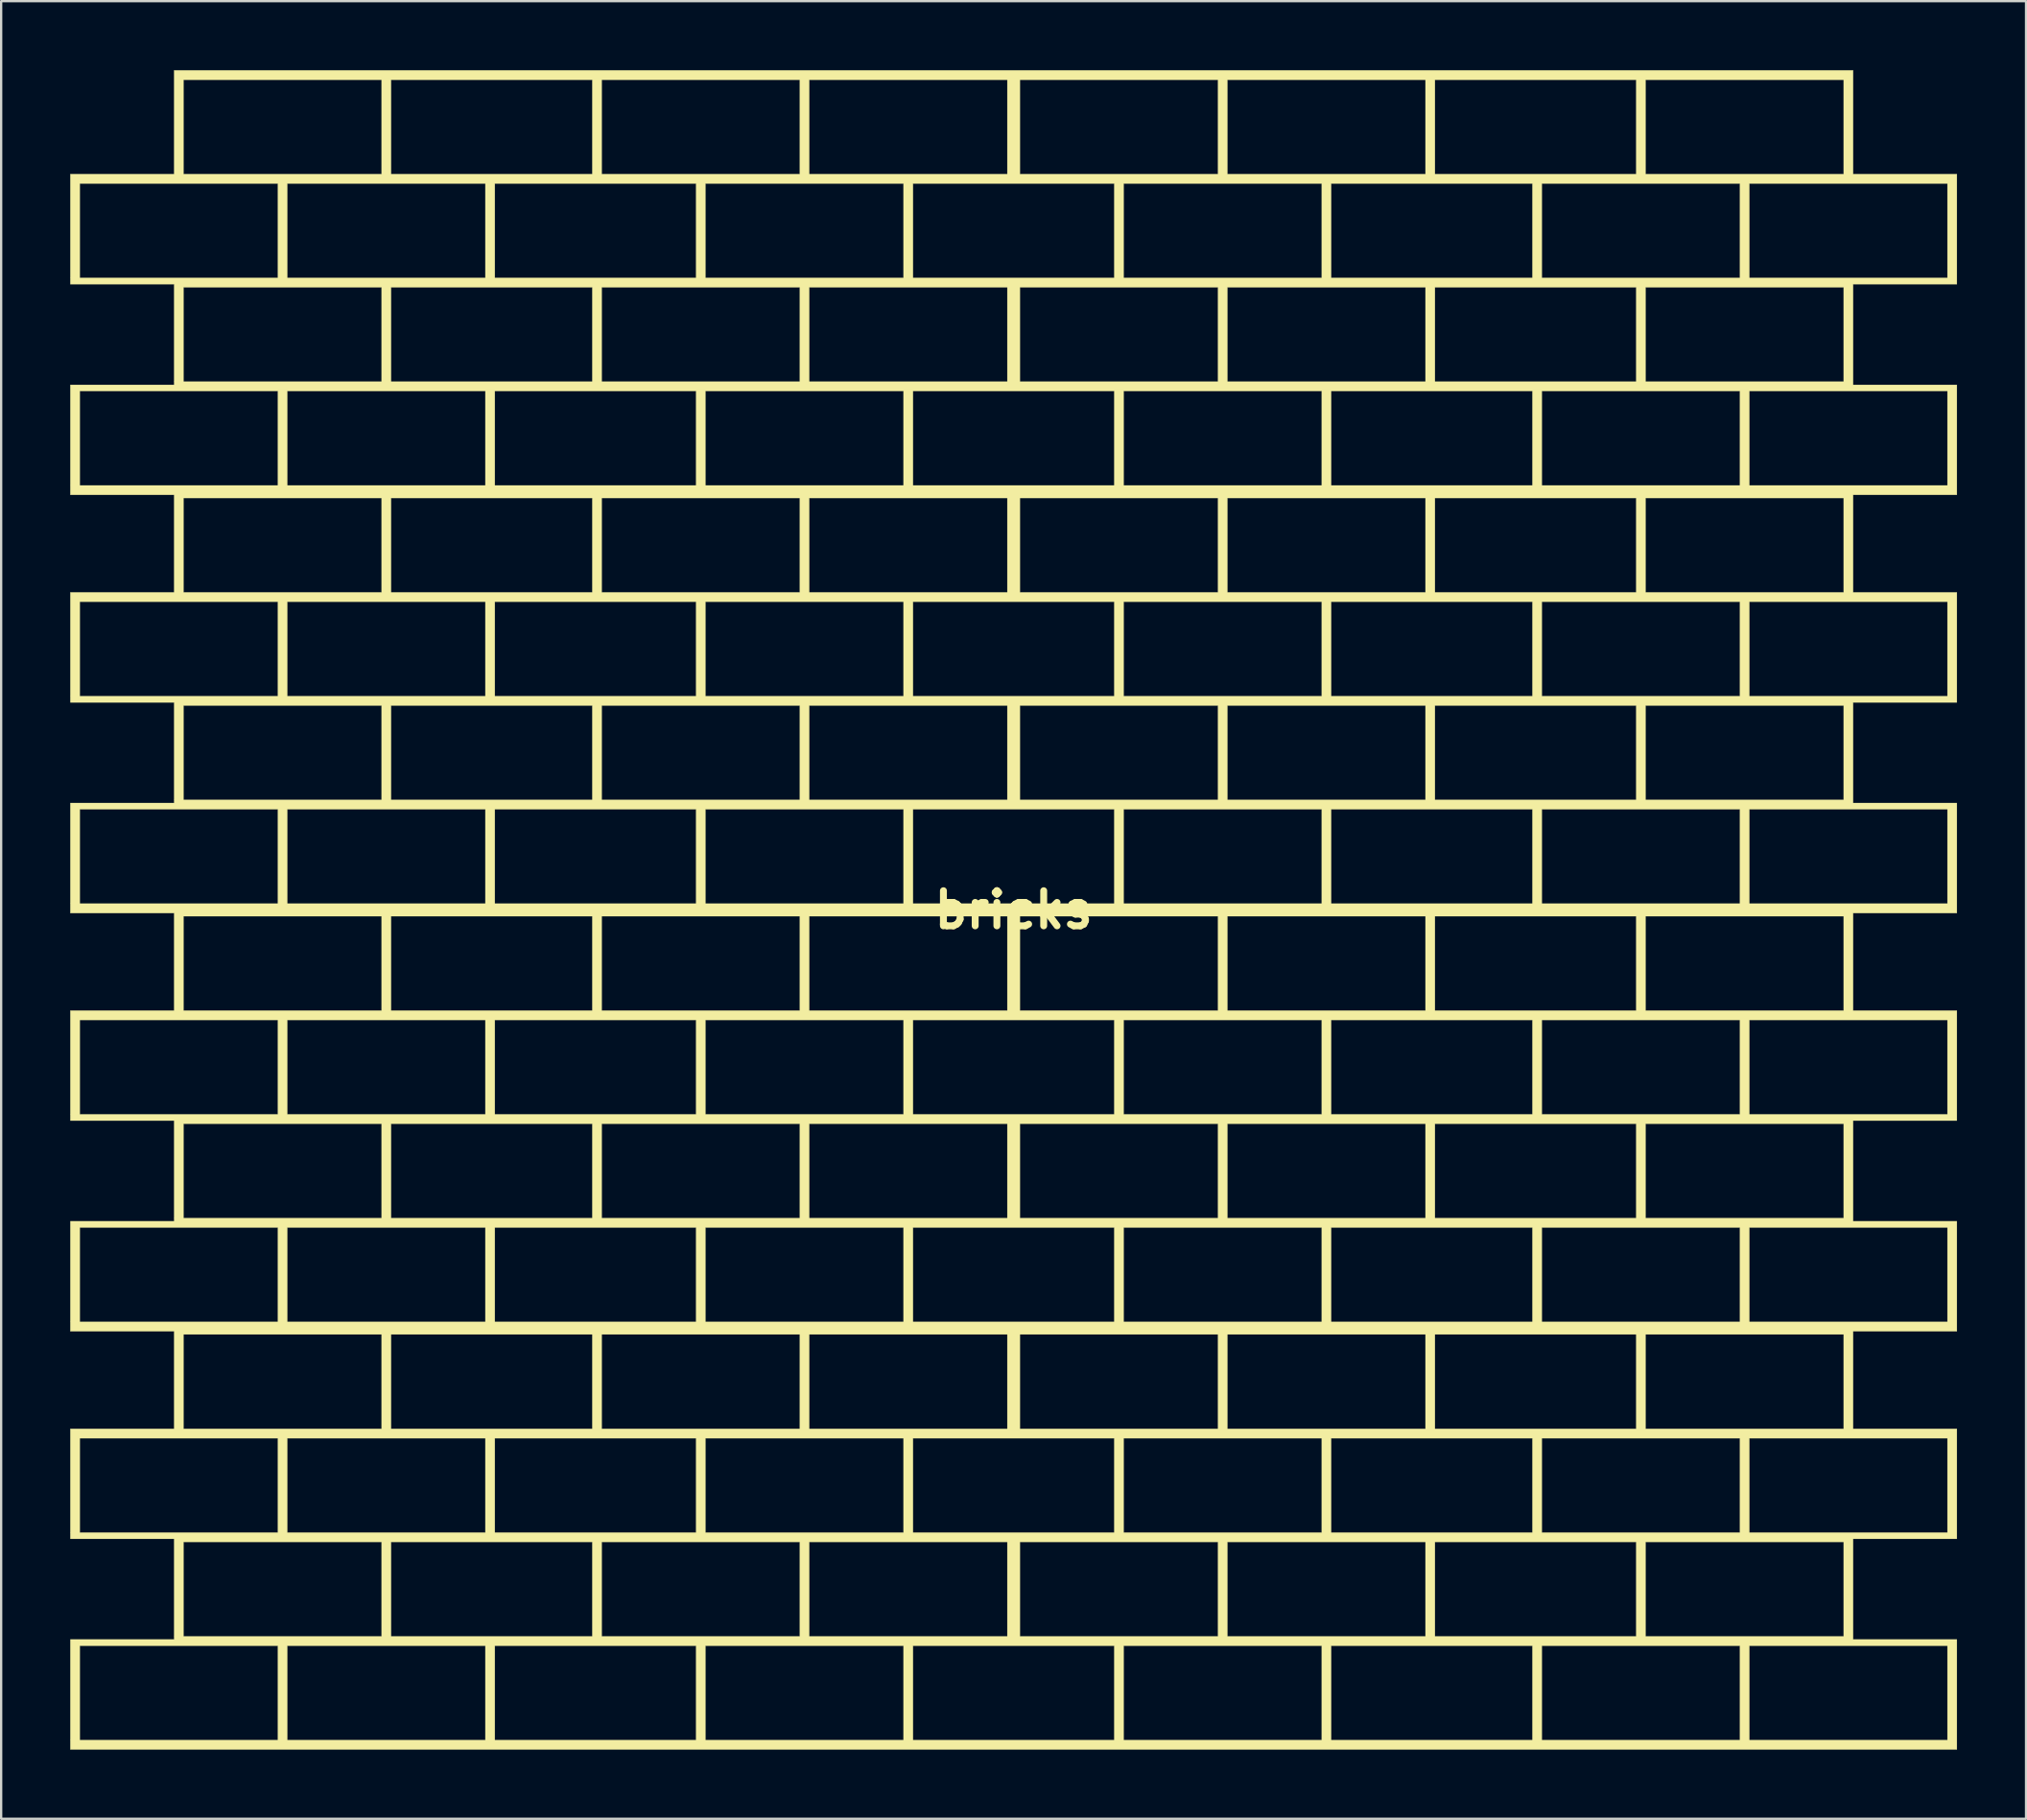
<source format=kicad_pcb>
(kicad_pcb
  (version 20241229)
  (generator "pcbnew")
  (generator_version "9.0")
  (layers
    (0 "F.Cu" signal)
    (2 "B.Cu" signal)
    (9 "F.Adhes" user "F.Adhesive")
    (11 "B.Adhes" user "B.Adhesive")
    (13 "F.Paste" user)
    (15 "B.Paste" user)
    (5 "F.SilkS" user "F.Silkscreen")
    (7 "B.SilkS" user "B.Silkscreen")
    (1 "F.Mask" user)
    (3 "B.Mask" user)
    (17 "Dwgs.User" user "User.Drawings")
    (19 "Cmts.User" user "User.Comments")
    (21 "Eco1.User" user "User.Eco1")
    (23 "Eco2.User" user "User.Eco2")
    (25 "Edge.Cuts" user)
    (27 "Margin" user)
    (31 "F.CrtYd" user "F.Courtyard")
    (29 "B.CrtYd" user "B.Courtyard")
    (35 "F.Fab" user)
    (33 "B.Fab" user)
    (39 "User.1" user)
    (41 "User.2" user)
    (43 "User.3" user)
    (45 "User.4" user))
  (footprint "bricks"
    (layer "F.Cu")
    (at 40.973 36.466)
    (property "Reference" "bricks" (at 0 0 0) (layer "F.SilkS") (effects (font (size 1.524 1.524) (thickness 0.3))))
    (attr through_hole)
    (fp_poly (pts (xy 36.461 -31.955) (xy 40.968 -31.955) (xy 40.968 -27.175) (xy 36.461 -27.175) (xy 36.461 -22.805) (xy 40.968 -22.805) (xy 40.968 -18.026) (xy 36.461 -18.026) (xy 36.461 -13.792) (xy 40.968 -13.792) (xy 40.968 -9.013) (xy 36.461 -9.013) (xy 36.461 -4.643) (xy 40.968 -4.643) (xy 40.968 0.137) (xy 36.461 0.137) (xy 36.461 4.37) (xy 40.968 4.37) (xy 40.968 9.149) (xy 36.461 9.149) (xy 36.461 13.519) (xy 40.968 13.519) (xy 40.968 18.299) (xy 36.461 18.299) (xy 36.461 22.532) (xy 40.968 22.532) (xy 40.968 27.312) (xy 36.461 27.312) (xy 36.461 31.682) (xy 40.968 31.682) (xy 40.968 36.461) (xy -40.968 36.461) (xy -40.968 31.955) (xy -40.558 31.955) (xy -40.558 36.052) (xy -31.955 36.052) (xy -31.955 31.955) (xy -31.545 31.955) (xy -31.545 36.052) (xy -22.942 36.052) (xy -22.942 31.955) (xy -22.532 31.955) (xy -22.532 36.052) (xy -13.792 36.052) (xy -13.792 31.955) (xy -13.383 31.955) (xy -13.383 36.052) (xy -4.78 36.052) (xy -4.78 31.955) (xy -4.37 31.955) (xy -4.37 36.052) (xy 4.37 36.052) (xy 4.37 31.955) (xy 4.78 31.955) (xy 4.78 36.052) (xy 13.383 36.052) (xy 13.383 31.955) (xy 13.792 31.955) (xy 13.792 36.052) (xy 22.532 36.052) (xy 22.532 31.955) (xy 22.942 31.955) (xy 22.942 36.052) (xy 31.545 36.052) (xy 31.545 31.955) (xy 31.955 31.955) (xy 31.955 36.052) (xy 40.558 36.052) (xy 40.558 31.955) (xy 31.955 31.955) (xy 31.545 31.955) (xy 22.942 31.955) (xy 22.532 31.955) (xy 13.792 31.955) (xy 13.383 31.955) (xy 4.78 31.955) (xy 4.37 31.955) (xy -4.37 31.955) (xy -4.78 31.955) (xy -13.383 31.955) (xy -13.792 31.955) (xy -22.532 31.955) (xy -22.942 31.955) (xy -31.545 31.955) (xy -31.955 31.955) (xy -40.558 31.955) (xy -40.968 31.955) (xy -40.968 31.682) (xy -36.461 31.682) (xy -36.461 27.448) (xy -36.052 27.448) (xy -36.052 31.545) (xy -27.448 31.545) (xy -27.448 27.448) (xy -27.039 27.448) (xy -27.039 31.545) (xy -18.299 31.545) (xy -18.299 27.448) (xy -17.889 27.448) (xy -17.889 31.545) (xy -9.286 31.545) (xy -9.286 27.448) (xy -8.876 27.448) (xy -8.876 31.545) (xy -0.273 31.545) (xy -0.273 27.448) (xy 0.273 27.448) (xy 0.273 31.545) (xy 8.876 31.545) (xy 8.876 27.448) (xy 9.286 27.448) (xy 9.286 31.545) (xy 17.889 31.545) (xy 17.889 27.448) (xy 18.299 27.448) (xy 18.299 31.545) (xy 27.039 31.545) (xy 27.039 27.448) (xy 27.448 27.448) (xy 27.448 31.545) (xy 36.052 31.545) (xy 36.052 27.448) (xy 27.448 27.448) (xy 27.039 27.448) (xy 18.299 27.448) (xy 17.889 27.448) (xy 9.286 27.448) (xy 8.876 27.448) (xy 0.273 27.448) (xy -0.273 27.448) (xy -8.876 27.448) (xy -9.286 27.448) (xy -17.889 27.448) (xy -18.299 27.448) (xy -27.039 27.448) (xy -27.448 27.448) (xy -36.052 27.448) (xy -36.461 27.448) (xy -36.461 27.312) (xy -40.968 27.312) (xy -40.968 22.942) (xy -40.558 22.942) (xy -40.558 27.039) (xy -31.955 27.039) (xy -31.955 22.942) (xy -31.545 22.942) (xy -31.545 27.039) (xy -22.942 27.039) (xy -22.942 22.942) (xy -22.532 22.942) (xy -22.532 27.039) (xy -13.792 27.039) (xy -13.792 22.942) (xy -13.383 22.942) (xy -13.383 27.039) (xy -4.78 27.039) (xy -4.78 22.942) (xy -4.37 22.942) (xy -4.37 27.039) (xy 4.37 27.039) (xy 4.37 22.942) (xy 4.78 22.942) (xy 4.78 27.039) (xy 13.383 27.039) (xy 13.383 22.942) (xy 13.792 22.942) (xy 13.792 27.039) (xy 22.532 27.039) (xy 22.532 22.942) (xy 22.942 22.942) (xy 22.942 27.039) (xy 31.545 27.039) (xy 31.545 22.942) (xy 31.955 22.942) (xy 31.955 27.039) (xy 40.558 27.039) (xy 40.558 22.942) (xy 31.955 22.942) (xy 31.545 22.942) (xy 22.942 22.942) (xy 22.532 22.942) (xy 13.792 22.942) (xy 13.383 22.942) (xy 4.78 22.942) (xy 4.37 22.942) (xy -4.37 22.942) (xy -4.78 22.942) (xy -13.383 22.942) (xy -13.792 22.942) (xy -22.532 22.942) (xy -22.942 22.942) (xy -31.545 22.942) (xy -31.955 22.942) (xy -40.558 22.942) (xy -40.968 22.942) (xy -40.968 22.532) (xy -36.461 22.532) (xy -36.461 18.435) (xy -36.052 18.435) (xy -36.052 22.532) (xy -27.448 22.532) (xy -27.448 18.435) (xy -27.039 18.435) (xy -27.039 22.532) (xy -18.299 22.532) (xy -18.299 18.435) (xy -17.889 18.435) (xy -17.889 22.532) (xy -9.286 22.532) (xy -9.286 18.435) (xy -8.876 18.435) (xy -8.876 22.532) (xy -0.273 22.532) (xy -0.273 18.435) (xy 0.273 18.435) (xy 0.273 22.532) (xy 8.876 22.532) (xy 8.876 18.435) (xy 9.286 18.435) (xy 9.286 22.532) (xy 17.889 22.532) (xy 17.889 18.435) (xy 18.299 18.435) (xy 18.299 22.532) (xy 27.039 22.532) (xy 27.039 18.435) (xy 27.448 18.435) (xy 27.448 22.532) (xy 36.052 22.532) (xy 36.052 18.435) (xy 27.448 18.435) (xy 27.039 18.435) (xy 18.299 18.435) (xy 17.889 18.435) (xy 9.286 18.435) (xy 8.876 18.435) (xy 0.273 18.435) (xy -0.273 18.435) (xy -8.876 18.435) (xy -9.286 18.435) (xy -17.889 18.435) (xy -18.299 18.435) (xy -27.039 18.435) (xy -27.448 18.435) (xy -36.052 18.435) (xy -36.461 18.435) (xy -36.461 18.299) (xy -40.968 18.299) (xy -40.968 13.792) (xy -40.558 13.792) (xy -40.558 17.889) (xy -31.955 17.889) (xy -31.955 13.792) (xy -31.545 13.792) (xy -31.545 17.889) (xy -22.942 17.889) (xy -22.942 13.792) (xy -22.532 13.792) (xy -22.532 17.889) (xy -13.792 17.889) (xy -13.792 13.792) (xy -13.383 13.792) (xy -13.383 17.889) (xy -4.78 17.889) (xy -4.78 13.792) (xy -4.37 13.792) (xy -4.37 17.889) (xy 4.37 17.889) (xy 4.37 13.792) (xy 4.78 13.792) (xy 4.78 17.889) (xy 13.383 17.889) (xy 13.383 13.792) (xy 13.792 13.792) (xy 13.792 17.889) (xy 22.532 17.889) (xy 22.532 13.792) (xy 22.942 13.792) (xy 22.942 17.889) (xy 31.545 17.889) (xy 31.545 13.792) (xy 31.955 13.792) (xy 31.955 17.889) (xy 40.558 17.889) (xy 40.558 13.792) (xy 31.955 13.792) (xy 31.545 13.792) (xy 22.942 13.792) (xy 22.532 13.792) (xy 13.792 13.792) (xy 13.383 13.792) (xy 4.78 13.792) (xy 4.37 13.792) (xy -4.37 13.792) (xy -4.78 13.792) (xy -13.383 13.792) (xy -13.792 13.792) (xy -22.532 13.792) (xy -22.942 13.792) (xy -31.545 13.792) (xy -31.955 13.792) (xy -40.558 13.792) (xy -40.968 13.792) (xy -40.968 13.519) (xy -36.461 13.519) (xy -36.461 9.286) (xy -36.052 9.286) (xy -36.052 13.383) (xy -27.448 13.383) (xy -27.448 9.286) (xy -27.039 9.286) (xy -27.039 13.383) (xy -18.299 13.383) (xy -18.299 9.286) (xy -17.889 9.286) (xy -17.889 13.383) (xy -9.286 13.383) (xy -9.286 9.286) (xy -8.876 9.286) (xy -8.876 13.383) (xy -0.273 13.383) (xy -0.273 9.286) (xy 0.273 9.286) (xy 0.273 13.383) (xy 8.876 13.383) (xy 8.876 9.286) (xy 9.286 9.286) (xy 9.286 13.383) (xy 17.889 13.383) (xy 17.889 9.286) (xy 18.299 9.286) (xy 18.299 13.383) (xy 27.039 13.383) (xy 27.039 9.286) (xy 27.448 9.286) (xy 27.448 13.383) (xy 36.052 13.383) (xy 36.052 9.286) (xy 27.448 9.286) (xy 27.039 9.286) (xy 18.299 9.286) (xy 17.889 9.286) (xy 9.286 9.286) (xy 8.876 9.286) (xy 0.273 9.286) (xy -0.273 9.286) (xy -8.876 9.286) (xy -9.286 9.286) (xy -17.889 9.286) (xy -18.299 9.286) (xy -27.039 9.286) (xy -27.448 9.286) (xy -36.052 9.286) (xy -36.461 9.286) (xy -36.461 9.149) (xy -40.968 9.149) (xy -40.968 4.78) (xy -40.558 4.78) (xy -40.558 8.876) (xy -31.955 8.876) (xy -31.955 4.78) (xy -31.545 4.78) (xy -31.545 8.876) (xy -22.942 8.876) (xy -22.942 4.78) (xy -22.532 4.78) (xy -22.532 8.876) (xy -13.792 8.876) (xy -13.792 4.78) (xy -13.383 4.78) (xy -13.383 8.876) (xy -4.78 8.876) (xy -4.78 4.78) (xy -4.37 4.78) (xy -4.37 8.876) (xy 4.37 8.876) (xy 4.37 4.78) (xy 4.78 4.78) (xy 4.78 8.876) (xy 13.383 8.876) (xy 13.383 4.78) (xy 13.792 4.78) (xy 13.792 8.876) (xy 22.532 8.876) (xy 22.532 4.78) (xy 22.942 4.78) (xy 22.942 8.876) (xy 31.545 8.876) (xy 31.545 4.78) (xy 31.955 4.78) (xy 31.955 8.876) (xy 40.558 8.876) (xy 40.558 4.78) (xy 31.955 4.78) (xy 31.545 4.78) (xy 22.942 4.78) (xy 22.532 4.78) (xy 13.792 4.78) (xy 13.383 4.78) (xy 4.78 4.78) (xy 4.37 4.78) (xy -4.37 4.78) (xy -4.78 4.78) (xy -13.383 4.78) (xy -13.792 4.78) (xy -22.532 4.78) (xy -22.942 4.78) (xy -31.545 4.78) (xy -31.955 4.78) (xy -40.558 4.78) (xy -40.968 4.78) (xy -40.968 4.37) (xy -36.461 4.37) (xy -36.461 0.273) (xy -36.052 0.273) (xy -36.052 4.37) (xy -27.448 4.37) (xy -27.448 0.273) (xy -27.039 0.273) (xy -27.039 4.37) (xy -18.299 4.37) (xy -18.299 0.273) (xy -17.889 0.273) (xy -17.889 4.37) (xy -9.286 4.37) (xy -9.286 0.273) (xy -8.876 0.273) (xy -8.876 4.37) (xy -0.273 4.37) (xy -0.273 0.273) (xy 0.273 0.273) (xy 0.273 4.37) (xy 8.876 4.37) (xy 8.876 0.273) (xy 9.286 0.273) (xy 9.286 4.37) (xy 17.889 4.37) (xy 17.889 0.273) (xy 18.299 0.273) (xy 18.299 4.37) (xy 27.039 4.37) (xy 27.039 0.273) (xy 27.448 0.273) (xy 27.448 4.37) (xy 36.052 4.37) (xy 36.052 0.273) (xy 27.448 0.273) (xy 27.039 0.273) (xy 18.299 0.273) (xy 17.889 0.273) (xy 9.286 0.273) (xy 8.876 0.273) (xy 0.273 0.273) (xy -0.273 0.273) (xy -8.876 0.273) (xy -9.286 0.273) (xy -17.889 0.273) (xy -18.299 0.273) (xy -27.039 0.273) (xy -27.448 0.273) (xy -36.052 0.273) (xy -36.461 0.273) (xy -36.461 0.137) (xy -40.968 0.137) (xy -40.968 -4.37) (xy -40.558 -4.37) (xy -40.558 -0.273) (xy -31.955 -0.273) (xy -31.955 -4.37) (xy -31.545 -4.37) (xy -31.545 -0.273) (xy -22.942 -0.273) (xy -22.942 -4.37) (xy -22.532 -4.37) (xy -22.532 -0.273) (xy -13.792 -0.273) (xy -13.792 -4.37) (xy -13.383 -4.37) (xy -13.383 -0.273) (xy -4.78 -0.273) (xy -4.78 -4.37) (xy -4.37 -4.37) (xy -4.37 -0.273) (xy 4.37 -0.273) (xy 4.37 -4.37) (xy 4.78 -4.37) (xy 4.78 -0.273) (xy 13.383 -0.273) (xy 13.383 -4.37) (xy 13.792 -4.37) (xy 13.792 -0.273) (xy 22.532 -0.273) (xy 22.532 -4.37) (xy 22.942 -4.37) (xy 22.942 -0.273) (xy 31.545 -0.273) (xy 31.545 -4.37) (xy 31.955 -4.37) (xy 31.955 -0.273) (xy 40.558 -0.273) (xy 40.558 -4.37) (xy 31.955 -4.37) (xy 31.545 -4.37) (xy 22.942 -4.37) (xy 22.532 -4.37) (xy 13.792 -4.37) (xy 13.383 -4.37) (xy 4.78 -4.37) (xy 4.37 -4.37) (xy -4.37 -4.37) (xy -4.78 -4.37) (xy -13.383 -4.37) (xy -13.792 -4.37) (xy -22.532 -4.37) (xy -22.942 -4.37) (xy -31.545 -4.37) (xy -31.955 -4.37) (xy -40.558 -4.37) (xy -40.968 -4.37) (xy -40.968 -4.643) (xy -36.461 -4.643) (xy -36.461 -8.876) (xy -36.052 -8.876) (xy -36.052 -4.78) (xy -27.448 -4.78) (xy -27.448 -8.876) (xy -27.039 -8.876) (xy -27.039 -4.78) (xy -18.299 -4.78) (xy -18.299 -8.876) (xy -17.889 -8.876) (xy -17.889 -4.78) (xy -9.286 -4.78) (xy -9.286 -8.876) (xy -8.876 -8.876) (xy -8.876 -4.78) (xy -0.273 -4.78) (xy -0.273 -8.876) (xy 0.273 -8.876) (xy 0.273 -4.78) (xy 8.876 -4.78) (xy 8.876 -8.876) (xy 9.286 -8.876) (xy 9.286 -4.78) (xy 17.889 -4.78) (xy 17.889 -8.876) (xy 18.299 -8.876) (xy 18.299 -4.78) (xy 27.039 -4.78) (xy 27.039 -8.876) (xy 27.448 -8.876) (xy 27.448 -4.78) (xy 36.052 -4.78) (xy 36.052 -8.876) (xy 27.448 -8.876) (xy 27.039 -8.876) (xy 18.299 -8.876) (xy 17.889 -8.876) (xy 9.286 -8.876) (xy 8.876 -8.876) (xy 0.273 -8.876) (xy -0.273 -8.876) (xy -8.876 -8.876) (xy -9.286 -8.876) (xy -17.889 -8.876) (xy -18.299 -8.876) (xy -27.039 -8.876) (xy -27.448 -8.876) (xy -36.052 -8.876) (xy -36.461 -8.876) (xy -36.461 -9.013) (xy -40.968 -9.013) (xy -40.968 -13.383) (xy -40.558 -13.383) (xy -40.558 -9.286) (xy -31.955 -9.286) (xy -31.955 -13.383) (xy -31.545 -13.383) (xy -31.545 -9.286) (xy -22.942 -9.286) (xy -22.942 -13.383) (xy -22.532 -13.383) (xy -22.532 -9.286) (xy -13.792 -9.286) (xy -13.792 -13.383) (xy -13.383 -13.383) (xy -13.383 -9.286) (xy -4.78 -9.286) (xy -4.78 -13.383) (xy -4.37 -13.383) (xy -4.37 -9.286) (xy 4.37 -9.286) (xy 4.37 -13.383) (xy 4.78 -13.383) (xy 4.78 -9.286) (xy 13.383 -9.286) (xy 13.383 -13.383) (xy 13.792 -13.383) (xy 13.792 -9.286) (xy 22.532 -9.286) (xy 22.532 -13.383) (xy 22.942 -13.383) (xy 22.942 -9.286) (xy 31.545 -9.286) (xy 31.545 -13.383) (xy 31.955 -13.383) (xy 31.955 -9.286) (xy 40.558 -9.286) (xy 40.558 -13.383) (xy 31.955 -13.383) (xy 31.545 -13.383) (xy 22.942 -13.383) (xy 22.532 -13.383) (xy 13.792 -13.383) (xy 13.383 -13.383) (xy 4.78 -13.383) (xy 4.37 -13.383) (xy -4.37 -13.383) (xy -4.78 -13.383) (xy -13.383 -13.383) (xy -13.792 -13.383) (xy -22.532 -13.383) (xy -22.942 -13.383) (xy -31.545 -13.383) (xy -31.955 -13.383) (xy -40.558 -13.383) (xy -40.968 -13.383) (xy -40.968 -13.792) (xy -36.461 -13.792) (xy -36.461 -17.889) (xy -36.052 -17.889) (xy -36.052 -13.792) (xy -27.448 -13.792) (xy -27.448 -17.889) (xy -27.039 -17.889) (xy -27.039 -13.792) (xy -18.299 -13.792) (xy -18.299 -17.889) (xy -17.889 -17.889) (xy -17.889 -13.792) (xy -9.286 -13.792) (xy -9.286 -17.889) (xy -8.876 -17.889) (xy -8.876 -13.792) (xy -0.273 -13.792) (xy -0.273 -17.889) (xy 0.273 -17.889) (xy 0.273 -13.792) (xy 8.876 -13.792) (xy 8.876 -17.889) (xy 9.286 -17.889) (xy 9.286 -13.792) (xy 17.889 -13.792) (xy 17.889 -17.889) (xy 18.299 -17.889) (xy 18.299 -13.792) (xy 27.039 -13.792) (xy 27.039 -17.889) (xy 27.448 -17.889) (xy 27.448 -13.792) (xy 36.052 -13.792) (xy 36.052 -17.889) (xy 27.448 -17.889) (xy 27.039 -17.889) (xy 18.299 -17.889) (xy 17.889 -17.889) (xy 9.286 -17.889) (xy 8.876 -17.889) (xy 0.273 -17.889) (xy -0.273 -17.889) (xy -8.876 -17.889) (xy -9.286 -17.889) (xy -17.889 -17.889) (xy -18.299 -17.889) (xy -27.039 -17.889) (xy -27.448 -17.889) (xy -36.052 -17.889) (xy -36.461 -17.889) (xy -36.461 -18.026) (xy -40.968 -18.026) (xy -40.968 -22.532) (xy -40.558 -22.532) (xy -40.558 -18.435) (xy -31.955 -18.435) (xy -31.955 -22.532) (xy -31.545 -22.532) (xy -31.545 -18.435) (xy -22.942 -18.435) (xy -22.942 -22.532) (xy -22.532 -22.532) (xy -22.532 -18.435) (xy -13.792 -18.435) (xy -13.792 -22.532) (xy -13.383 -22.532) (xy -13.383 -18.435) (xy -4.78 -18.435) (xy -4.78 -22.532) (xy -4.37 -22.532) (xy -4.37 -18.435) (xy 4.37 -18.435) (xy 4.37 -22.532) (xy 4.78 -22.532) (xy 4.78 -18.435) (xy 13.383 -18.435) (xy 13.383 -22.532) (xy 13.792 -22.532) (xy 13.792 -18.435) (xy 22.532 -18.435) (xy 22.532 -22.532) (xy 22.942 -22.532) (xy 22.942 -18.435) (xy 31.545 -18.435) (xy 31.545 -22.532) (xy 31.955 -22.532) (xy 31.955 -18.435) (xy 40.558 -18.435) (xy 40.558 -22.532) (xy 31.955 -22.532) (xy 31.545 -22.532) (xy 22.942 -22.532) (xy 22.532 -22.532) (xy 13.792 -22.532) (xy 13.383 -22.532) (xy 4.78 -22.532) (xy 4.37 -22.532) (xy -4.37 -22.532) (xy -4.78 -22.532) (xy -13.383 -22.532) (xy -13.792 -22.532) (xy -22.532 -22.532) (xy -22.942 -22.532) (xy -31.545 -22.532) (xy -31.955 -22.532) (xy -40.558 -22.532) (xy -40.968 -22.532) (xy -40.968 -22.805) (xy -36.461 -22.805) (xy -36.461 -27.039) (xy -36.052 -27.039) (xy -36.052 -22.942) (xy -27.448 -22.942) (xy -27.448 -27.039) (xy -27.039 -27.039) (xy -27.039 -22.942) (xy -18.299 -22.942) (xy -18.299 -27.039) (xy -17.889 -27.039) (xy -17.889 -22.942) (xy -9.286 -22.942) (xy -9.286 -27.039) (xy -8.876 -27.039) (xy -8.876 -22.942) (xy -0.273 -22.942) (xy -0.273 -27.039) (xy 0.273 -27.039) (xy 0.273 -22.942) (xy 8.876 -22.942) (xy 8.876 -27.039) (xy 9.286 -27.039) (xy 9.286 -22.942) (xy 17.889 -22.942) (xy 17.889 -27.039) (xy 18.299 -27.039) (xy 18.299 -22.942) (xy 27.039 -22.942) (xy 27.039 -27.039) (xy 27.448 -27.039) (xy 27.448 -22.942) (xy 36.052 -22.942) (xy 36.052 -27.039) (xy 27.448 -27.039) (xy 27.039 -27.039) (xy 18.299 -27.039) (xy 17.889 -27.039) (xy 9.286 -27.039) (xy 8.876 -27.039) (xy 0.273 -27.039) (xy -0.273 -27.039) (xy -8.876 -27.039) (xy -9.286 -27.039) (xy -17.889 -27.039) (xy -18.299 -27.039) (xy -27.039 -27.039) (xy -27.448 -27.039) (xy -36.052 -27.039) (xy -36.461 -27.039) (xy -36.461 -27.175) (xy -40.968 -27.175) (xy -40.968 -31.545) (xy -40.558 -31.545) (xy -40.558 -27.448) (xy -31.955 -27.448) (xy -31.955 -31.545) (xy -31.545 -31.545) (xy -31.545 -27.448) (xy -22.942 -27.448) (xy -22.942 -31.545) (xy -22.532 -31.545) (xy -22.532 -27.448) (xy -13.792 -27.448) (xy -13.792 -31.545) (xy -13.383 -31.545) (xy -13.383 -27.448) (xy -4.78 -27.448) (xy -4.78 -31.545) (xy -4.37 -31.545) (xy -4.37 -27.448) (xy 4.37 -27.448) (xy 4.37 -31.545) (xy 4.78 -31.545) (xy 4.78 -27.448) (xy 13.383 -27.448) (xy 13.383 -31.545) (xy 13.792 -31.545) (xy 13.792 -27.448) (xy 22.532 -27.448) (xy 22.532 -31.545) (xy 22.942 -31.545) (xy 22.942 -27.448) (xy 31.545 -27.448) (xy 31.545 -31.545) (xy 31.955 -31.545) (xy 31.955 -27.448) (xy 40.558 -27.448) (xy 40.558 -31.545) (xy 31.955 -31.545) (xy 31.545 -31.545) (xy 22.942 -31.545) (xy 22.532 -31.545) (xy 13.792 -31.545) (xy 13.383 -31.545) (xy 4.78 -31.545) (xy 4.37 -31.545) (xy -4.37 -31.545) (xy -4.78 -31.545) (xy -13.383 -31.545) (xy -13.792 -31.545) (xy -22.532 -31.545) (xy -22.942 -31.545) (xy -31.545 -31.545) (xy -31.955 -31.545) (xy -40.558 -31.545) (xy -40.968 -31.545) (xy -40.968 -31.955) (xy -36.461 -31.955) (xy -36.461 -36.052) (xy -36.052 -36.052) (xy -36.052 -31.955) (xy -27.448 -31.955) (xy -27.448 -36.052) (xy -27.039 -36.052) (xy -27.039 -31.955) (xy -18.299 -31.955) (xy -18.299 -36.052) (xy -17.889 -36.052) (xy -17.889 -31.955) (xy -9.286 -31.955) (xy -9.286 -36.052) (xy -8.876 -36.052) (xy -8.876 -31.955) (xy -0.273 -31.955) (xy -0.273 -36.052) (xy 0.273 -36.052) (xy 0.273 -31.955) (xy 8.876 -31.955) (xy 8.876 -36.052) (xy 9.286 -36.052) (xy 9.286 -31.955) (xy 17.889 -31.955) (xy 17.889 -36.052) (xy 18.299 -36.052) (xy 18.299 -31.955) (xy 27.039 -31.955) (xy 27.039 -36.052) (xy 27.448 -36.052) (xy 27.448 -31.955) (xy 36.052 -31.955) (xy 36.052 -36.052) (xy 27.448 -36.052) (xy 27.039 -36.052) (xy 18.299 -36.052) (xy 17.889 -36.052) (xy 9.286 -36.052) (xy 8.876 -36.052) (xy 0.273 -36.052) (xy -0.273 -36.052) (xy -8.876 -36.052) (xy -9.286 -36.052) (xy -17.889 -36.052) (xy -18.299 -36.052) (xy -27.039 -36.052) (xy -27.448 -36.052) (xy -36.052 -36.052) (xy -36.461 -36.052) (xy -36.461 -36.461) (xy 36.461 -36.461) (xy 36.461 -31.955)) (stroke (width 0.01) (type solid)) (fill yes) (layer "F.SilkS")))
  (gr_rect
    (start -3 -3)
    (end 84.945 75.933)
    (stroke (width 0.1) (type default))
    (fill no)
    (layer "Edge.Cuts")))
</source>
